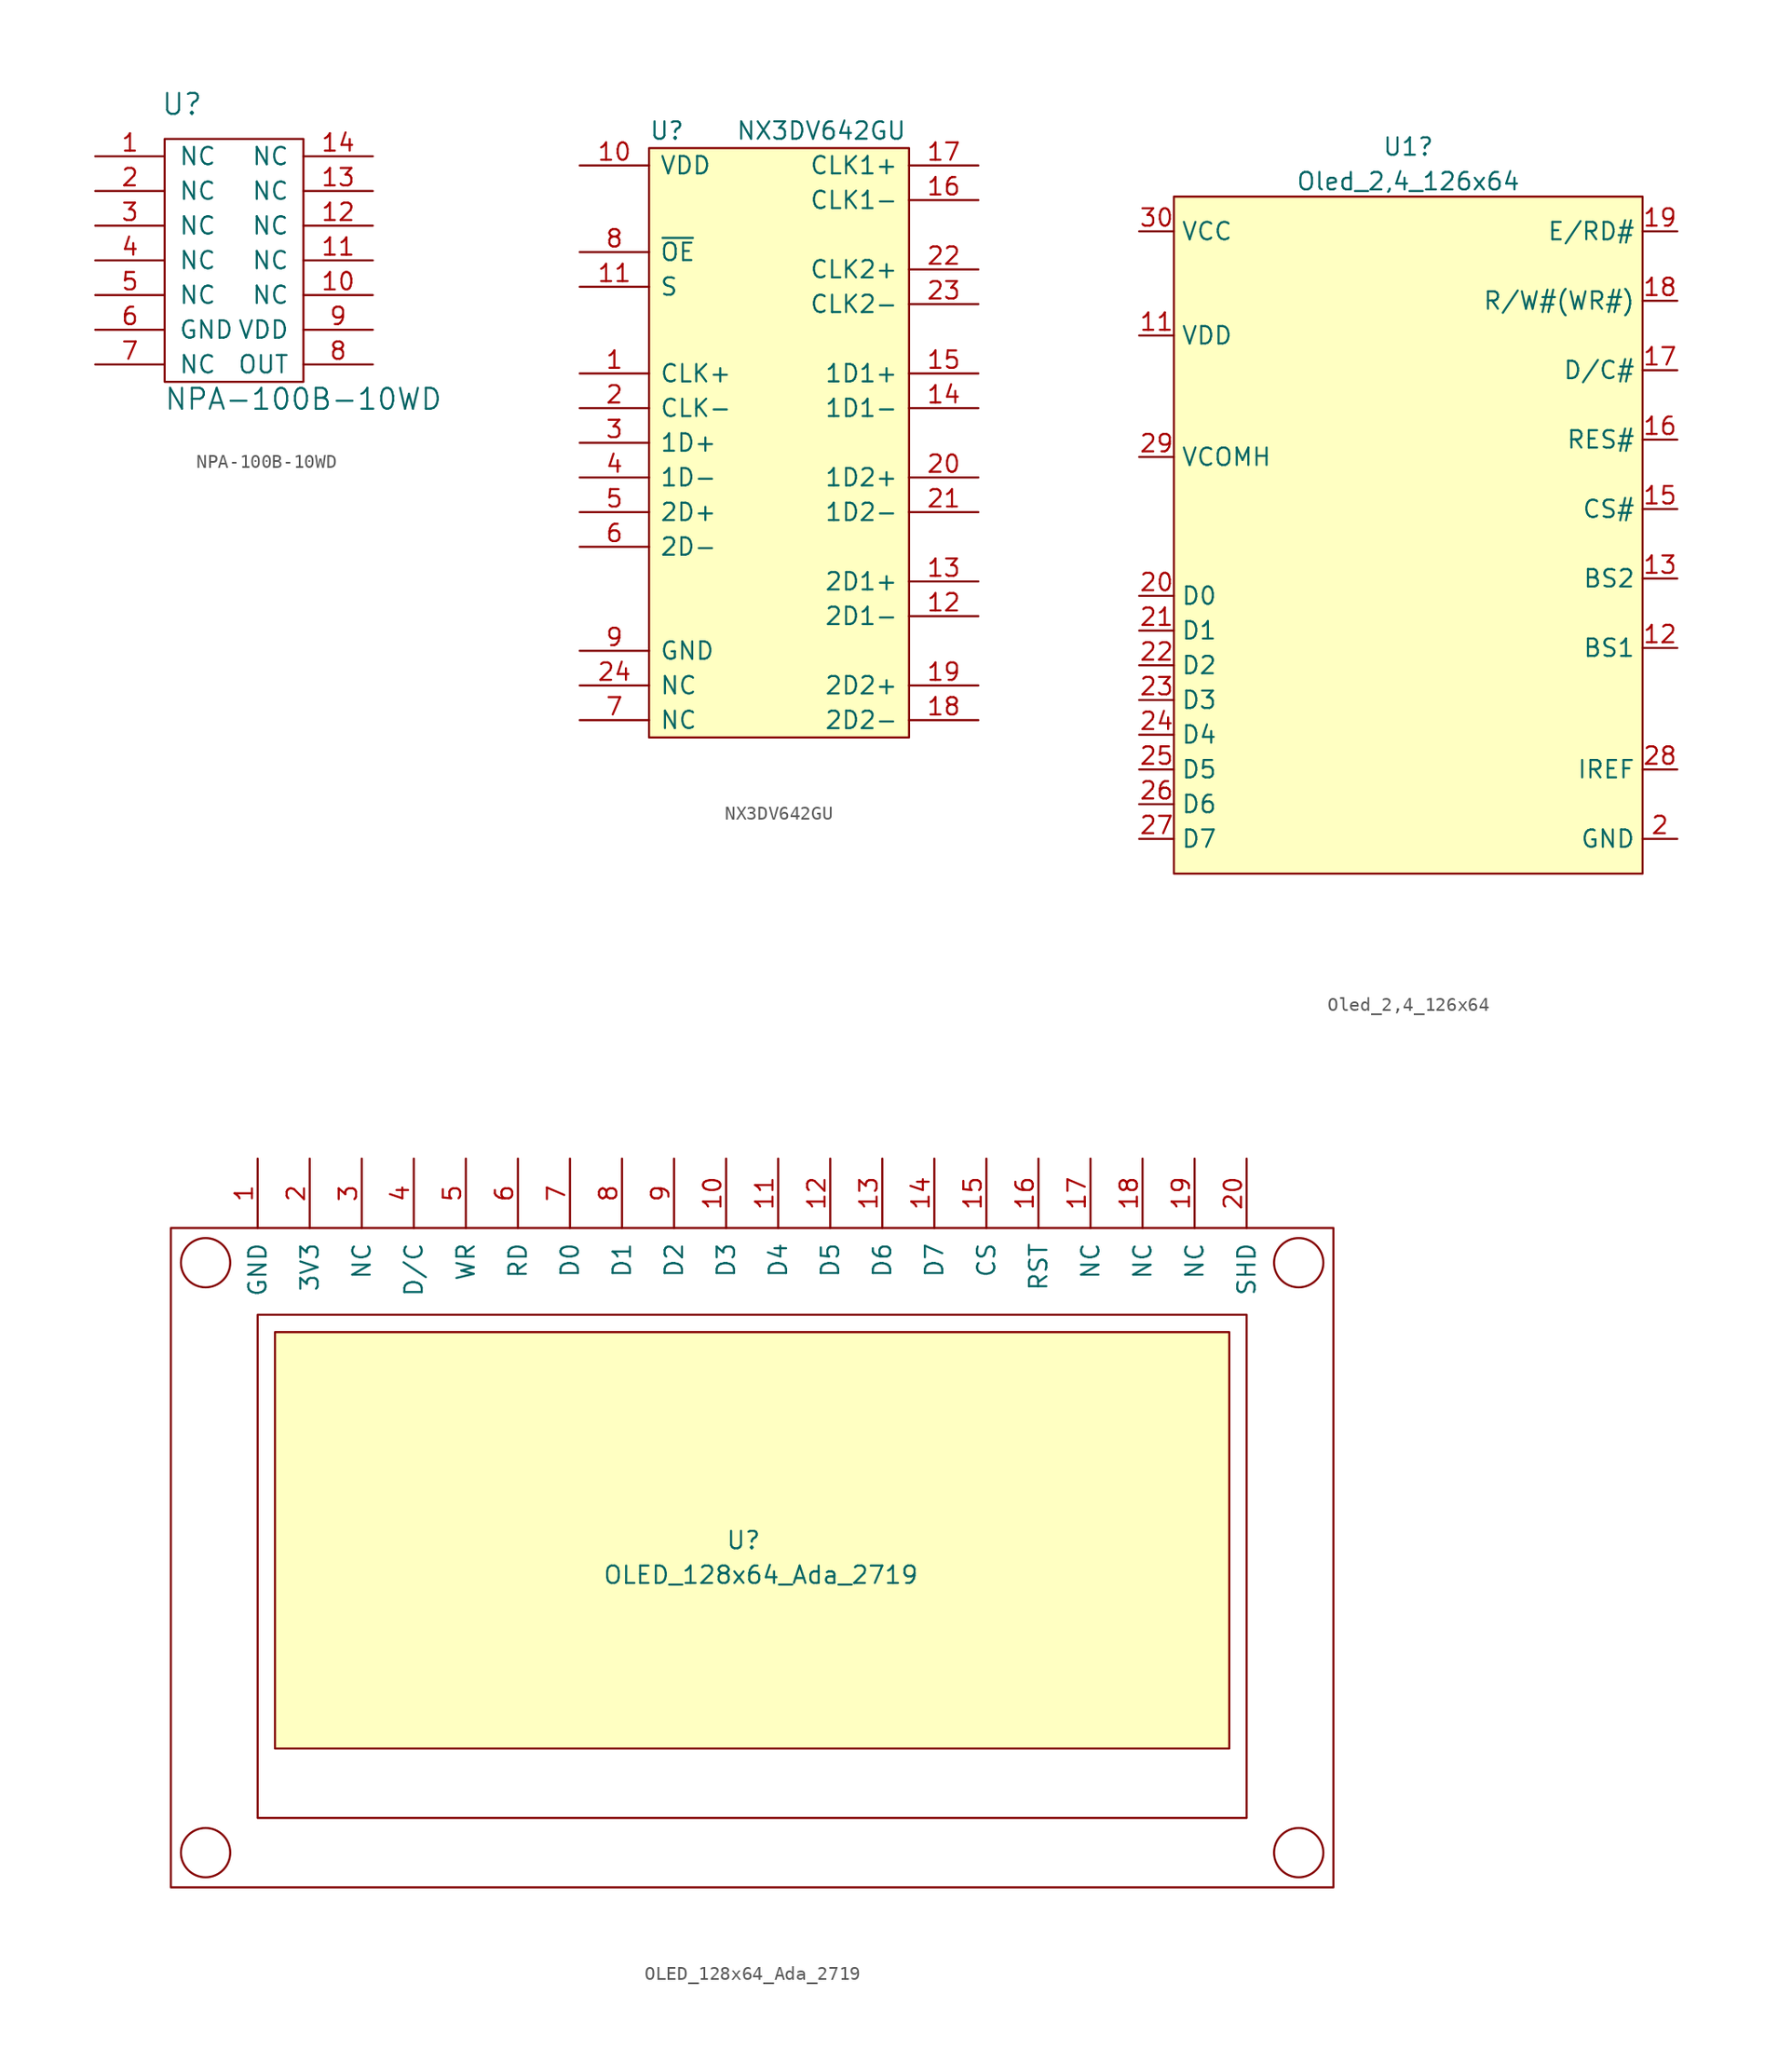
<source format=kicad_sym>
(kicad_symbol_lib
  (version 20211014)
  (generator kicad_symbol_editor)
  (symbol "NPA-100B-10WD"
    (pin_names
      (offset 1.016))
    (property "Reference" "U"
      (at -3.81 20.32 0)
      (effects (font (size 1.524 1.524))))
    (property "Value" "NPA-100B-10WD"
      (at 5.08 -1.27 0)
      (effects (font (size 1.524 1.524))))
    (symbol "NPA-100B-10WD_0_1"
      (rectangle (start -5.08 17.78) (end 5.08 0) (stroke (width 0) (type default) (color 0 0 0 0)) (fill (type none))))
    (symbol "NPA-100B-10WD_1_1"
      (pin input line (at -10.16 16.51 0) (length 5.08) (name "NC" (effects (font (size 1.27 1.27)))) (number "1" (effects (font (size 1.27 1.27)))))
      (pin input line (at 10.16 6.35 180) (length 5.08) (name "NC" (effects (font (size 1.27 1.27)))) (number "10" (effects (font (size 1.27 1.27)))))
      (pin input line (at 10.16 8.89 180) (length 5.08) (name "NC" (effects (font (size 1.27 1.27)))) (number "11" (effects (font (size 1.27 1.27)))))
      (pin input line (at 10.16 11.43 180) (length 5.08) (name "NC" (effects (font (size 1.27 1.27)))) (number "12" (effects (font (size 1.27 1.27)))))
      (pin input line (at 10.16 13.97 180) (length 5.08) (name "NC" (effects (font (size 1.27 1.27)))) (number "13" (effects (font (size 1.27 1.27)))))
      (pin input line (at 10.16 16.51 180) (length 5.08) (name "NC" (effects (font (size 1.27 1.27)))) (number "14" (effects (font (size 1.27 1.27)))))
      (pin input line (at -10.16 13.97 0) (length 5.08) (name "NC" (effects (font (size 1.27 1.27)))) (number "2" (effects (font (size 1.27 1.27)))))
      (pin input line (at -10.16 11.43 0) (length 5.08) (name "NC" (effects (font (size 1.27 1.27)))) (number "3" (effects (font (size 1.27 1.27)))))
      (pin input line (at -10.16 8.89 0) (length 5.08) (name "NC" (effects (font (size 1.27 1.27)))) (number "4" (effects (font (size 1.27 1.27)))))
      (pin input line (at -10.16 6.35 0) (length 5.08) (name "NC" (effects (font (size 1.27 1.27)))) (number "5" (effects (font (size 1.27 1.27)))))
      (pin input line (at -10.16 3.81 0) (length 5.08) (name "GND" (effects (font (size 1.27 1.27)))) (number "6" (effects (font (size 1.27 1.27)))))
      (pin input line (at -10.16 1.27 0) (length 5.08) (name "NC" (effects (font (size 1.27 1.27)))) (number "7" (effects (font (size 1.27 1.27)))))
      (pin input line (at 10.16 1.27 180) (length 5.08) (name "OUT" (effects (font (size 1.27 1.27)))) (number "8" (effects (font (size 1.27 1.27)))))
      (pin input line (at 10.16 3.81 180) (length 5.08) (name "VDD" (effects (font (size 1.27 1.27)))) (number "9" (effects (font (size 1.27 1.27)))))))
  (symbol "NX3DV642GU"
    (pin_names
      (offset 0.762))
    (property "Reference" "U"
      (at 5.08 2.54 0)
      (effects (font (size 1.27 1.27)) (justify left)))
    (property "Value" "NX3DV642GU"
      (at 11.43 2.54 0)
      (effects (font (size 1.27 1.27)) (justify left)))
    (symbol "NX3DV642GU_0_0"
      (pin passive line (at 0 -15.24 0) (length 5.08) (name "CLK+" (effects (font (size 1.27 1.27)))) (number "1" (effects (font (size 1.27 1.27)))))
      (pin passive line (at 0 0 0) (length 5.08) (name "VDD" (effects (font (size 1.27 1.27)))) (number "10" (effects (font (size 1.27 1.27)))))
      (pin passive line (at 0 -8.89 0) (length 5.08) (name "S" (effects (font (size 1.27 1.27)))) (number "11" (effects (font (size 1.27 1.27)))))
      (pin passive line (at 29.21 -33.02 180) (length 5.08) (name "2D1-" (effects (font (size 1.27 1.27)))) (number "12" (effects (font (size 1.27 1.27)))))
      (pin passive line (at 29.21 -30.48 180) (length 5.08) (name "2D1+" (effects (font (size 1.27 1.27)))) (number "13" (effects (font (size 1.27 1.27)))))
      (pin passive line (at 29.21 -17.78 180) (length 5.08) (name "1D1-" (effects (font (size 1.27 1.27)))) (number "14" (effects (font (size 1.27 1.27)))))
      (pin passive line (at 29.21 -15.24 180) (length 5.08) (name "1D1+" (effects (font (size 1.27 1.27)))) (number "15" (effects (font (size 1.27 1.27)))))
      (pin passive line (at 29.21 -2.54 180) (length 5.08) (name "CLK1-" (effects (font (size 1.27 1.27)))) (number "16" (effects (font (size 1.27 1.27)))))
      (pin passive line (at 29.21 0 180) (length 5.08) (name "CLK1+" (effects (font (size 1.27 1.27)))) (number "17" (effects (font (size 1.27 1.27)))))
      (pin passive line (at 29.21 -40.64 180) (length 5.08) (name "2D2-" (effects (font (size 1.27 1.27)))) (number "18" (effects (font (size 1.27 1.27)))))
      (pin passive line (at 29.21 -38.1 180) (length 5.08) (name "2D2+" (effects (font (size 1.27 1.27)))) (number "19" (effects (font (size 1.27 1.27)))))
      (pin passive line (at 0 -17.78 0) (length 5.08) (name "CLK-" (effects (font (size 1.27 1.27)))) (number "2" (effects (font (size 1.27 1.27)))))
      (pin passive line (at 29.21 -22.86 180) (length 5.08) (name "1D2+" (effects (font (size 1.27 1.27)))) (number "20" (effects (font (size 1.27 1.27)))))
      (pin passive line (at 29.21 -25.4 180) (length 5.08) (name "1D2-" (effects (font (size 1.27 1.27)))) (number "21" (effects (font (size 1.27 1.27)))))
      (pin passive line (at 29.21 -7.62 180) (length 5.08) (name "CLK2+" (effects (font (size 1.27 1.27)))) (number "22" (effects (font (size 1.27 1.27)))))
      (pin passive line (at 29.21 -10.16 180) (length 5.08) (name "CLK2-" (effects (font (size 1.27 1.27)))) (number "23" (effects (font (size 1.27 1.27)))))
      (pin passive line (at 0 -38.1 0) (length 5.08) (name "NC" (effects (font (size 1.27 1.27)))) (number "24" (effects (font (size 1.27 1.27)))))
      (pin passive line (at 0 -20.32 0) (length 5.08) (name "1D+" (effects (font (size 1.27 1.27)))) (number "3" (effects (font (size 1.27 1.27)))))
      (pin passive line (at 0 -22.86 0) (length 5.08) (name "1D-" (effects (font (size 1.27 1.27)))) (number "4" (effects (font (size 1.27 1.27)))))
      (pin passive line (at 0 -25.4 0) (length 5.08) (name "2D+" (effects (font (size 1.27 1.27)))) (number "5" (effects (font (size 1.27 1.27)))))
      (pin passive line (at 0 -27.94 0) (length 5.08) (name "2D-" (effects (font (size 1.27 1.27)))) (number "6" (effects (font (size 1.27 1.27)))))
      (pin passive line (at 0 -40.64 0) (length 5.08) (name "NC" (effects (font (size 1.27 1.27)))) (number "7" (effects (font (size 1.27 1.27)))))
      (pin passive line (at 0 -6.35 0) (length 5.08) (name "~{OE}" (effects (font (size 1.27 1.27)))) (number "8" (effects (font (size 1.27 1.27)))))
      (pin passive line (at 0 -35.56 0) (length 5.08) (name "GND" (effects (font (size 1.27 1.27)))) (number "9" (effects (font (size 1.27 1.27))))))
    (symbol "NX3DV642GU_0_1"
      (rectangle (start 5.08 1.27) (end 24.13 -41.91) (stroke (width 0.152) (type default) (color 0 0 0 0)) (fill (type background)))))
  (symbol "Oled_2,4_126x64"
    (property "Reference" "U1"
      (at 19.685 6.189 0)
      (effects (font (size 1.27 1.27))))
    (property "Value" "Oled_2,4_126x64"
      (at 19.685 3.652 0)
      (effects (font (size 1.27 1.27))))
    (symbol "Oled_2,4_126x64_0_1"
      (rectangle (start 2.54 2.54) (end 36.83 -46.99) (stroke (width 0.152) (type default) (color 0 0 0 0)) (fill (type background))))
    (symbol "Oled_2,4_126x64_1_1"
      (pin input line (at 32.385 -49.53 90) (length 2.54) hide (name "NC" (effects (font (size 1.27 1.27)))) (number "1" (effects (font (size 1.27 1.27)))))
      (pin input line (at 12.065 -49.53 90) (length 2.54) hide (name "NC" (effects (font (size 1.27 1.27)))) (number "10" (effects (font (size 1.27 1.27)))))
      (pin input line (at 0 -7.62 0) (length 2.54) (name "VDD" (effects (font (size 1.27 1.27)))) (number "11" (effects (font (size 1.27 1.27)))))
      (pin input line (at 39.37 -30.48 180) (length 2.54) (name "BS1" (effects (font (size 1.27 1.27)))) (number "12" (effects (font (size 1.27 1.27)))))
      (pin input line (at 39.37 -25.4 180) (length 2.54) (name "BS2" (effects (font (size 1.27 1.27)))) (number "13" (effects (font (size 1.27 1.27)))))
      (pin input line (at 9.525 -49.53 90) (length 2.54) hide (name "NC" (effects (font (size 1.27 1.27)))) (number "14" (effects (font (size 1.27 1.27)))))
      (pin input line (at 39.37 -20.32 180) (length 2.54) (name "CS#" (effects (font (size 1.27 1.27)))) (number "15" (effects (font (size 1.27 1.27)))))
      (pin input line (at 39.37 -15.24 180) (length 2.54) (name "RES#" (effects (font (size 1.27 1.27)))) (number "16" (effects (font (size 1.27 1.27)))))
      (pin input line (at 39.37 -10.16 180) (length 2.54) (name "D/C#" (effects (font (size 1.27 1.27)))) (number "17" (effects (font (size 1.27 1.27)))))
      (pin input line (at 39.37 -5.08 180) (length 2.54) (name "R/W#(WR#)" (effects (font (size 1.27 1.27)))) (number "18" (effects (font (size 1.27 1.27)))))
      (pin input line (at 39.37 0 180) (length 2.54) (name "E/RD#" (effects (font (size 1.27 1.27)))) (number "19" (effects (font (size 1.27 1.27)))))
      (pin input line (at 39.37 -44.45 180) (length 2.54) (name "GND" (effects (font (size 1.27 1.27)))) (number "2" (effects (font (size 1.27 1.27)))))
      (pin input line (at 0 -26.67 0) (length 2.54) (name "D0" (effects (font (size 1.27 1.27)))) (number "20" (effects (font (size 1.27 1.27)))))
      (pin input line (at 0 -29.21 0) (length 2.54) (name "D1" (effects (font (size 1.27 1.27)))) (number "21" (effects (font (size 1.27 1.27)))))
      (pin input line (at 0 -31.75 0) (length 2.54) (name "D2" (effects (font (size 1.27 1.27)))) (number "22" (effects (font (size 1.27 1.27)))))
      (pin input line (at 0 -34.29 0) (length 2.54) (name "D3" (effects (font (size 1.27 1.27)))) (number "23" (effects (font (size 1.27 1.27)))))
      (pin input line (at 0 -36.83 0) (length 2.54) (name "D4" (effects (font (size 1.27 1.27)))) (number "24" (effects (font (size 1.27 1.27)))))
      (pin input line (at 0 -39.37 0) (length 2.54) (name "D5" (effects (font (size 1.27 1.27)))) (number "25" (effects (font (size 1.27 1.27)))))
      (pin input line (at 0 -41.91 0) (length 2.54) (name "D6" (effects (font (size 1.27 1.27)))) (number "26" (effects (font (size 1.27 1.27)))))
      (pin input line (at 0 -44.45 0) (length 2.54) (name "D7" (effects (font (size 1.27 1.27)))) (number "27" (effects (font (size 1.27 1.27)))))
      (pin input line (at 39.37 -39.37 180) (length 2.54) (name "IREF" (effects (font (size 1.27 1.27)))) (number "28" (effects (font (size 1.27 1.27)))))
      (pin input line (at 0 -16.51 0) (length 2.54) (name "VCOMH" (effects (font (size 1.27 1.27)))) (number "29" (effects (font (size 1.27 1.27)))))
      (pin input line (at 29.845 -49.53 90) (length 2.54) hide (name "NC" (effects (font (size 1.27 1.27)))) (number "3" (effects (font (size 1.27 1.27)))))
      (pin input line (at 0 0 0) (length 2.54) (name "VCC" (effects (font (size 1.27 1.27)))) (number "30" (effects (font (size 1.27 1.27)))))
      (pin input line (at 6.985 -49.53 90) (length 2.54) hide (name "NC" (effects (font (size 1.27 1.27)))) (number "31" (effects (font (size 1.27 1.27)))))
      (pin input line (at 27.305 -49.53 90) (length 2.54) hide (name "NC" (effects (font (size 1.27 1.27)))) (number "4" (effects (font (size 1.27 1.27)))))
      (pin input line (at 24.765 -49.53 90) (length 2.54) hide (name "NC" (effects (font (size 1.27 1.27)))) (number "5" (effects (font (size 1.27 1.27)))))
      (pin input line (at 22.225 -49.53 90) (length 2.54) hide (name "NC" (effects (font (size 1.27 1.27)))) (number "6" (effects (font (size 1.27 1.27)))))
      (pin input line (at 19.685 -49.53 90) (length 2.54) hide (name "NC" (effects (font (size 1.27 1.27)))) (number "7" (effects (font (size 1.27 1.27)))))
      (pin input line (at 17.145 -49.53 90) (length 2.54) hide (name "NC" (effects (font (size 1.27 1.27)))) (number "8" (effects (font (size 1.27 1.27)))))
      (pin input line (at 14.605 -49.53 90) (length 2.54) hide (name "NC" (effects (font (size 1.27 1.27)))) (number "9" (effects (font (size 1.27 1.27)))))))
  (symbol "OLED_128x64_Ada_2719"
    (pin_names
      (offset 1.016))
    (property "Reference" "U"
      (at -1.27 -1.27 0)
      (effects (font (size 1.27 1.27))))
    (property "Value" "OLED_128x64_Ada_2719"
      (at 0 -3.81 0)
      (effects (font (size 1.27 1.27))))
    (symbol "OLED_128x64_Ada_2719_0_1"
      (rectangle (start -43.18 21.59) (end 41.91 -26.67) (stroke (width 0) (type default) (color 0 0 0 0)) (fill (type none)))
      (circle (center -40.64 -24.13) (radius 1.803) (stroke (width 0) (type default) (color 0 0 0 0)) (fill (type none)))
      (circle (center -40.64 19.05) (radius 1.803) (stroke (width 0) (type default) (color 0 0 0 0)) (fill (type none)))
      (rectangle (start -35.56 13.97) (end 34.29 -16.51) (stroke (width 0) (type default) (color 0 0 0 0)) (fill (type background)))
      (rectangle (start 35.56 15.24) (end -36.83 -21.59) (stroke (width 0) (type default) (color 0 0 0 0)) (fill (type none)))
      (circle (center 39.37 -24.13) (radius 1.803) (stroke (width 0) (type default) (color 0 0 0 0)) (fill (type none)))
      (circle (center 39.37 19.05) (radius 1.803) (stroke (width 0) (type default) (color 0 0 0 0)) (fill (type none))))
    (symbol "OLED_128x64_Ada_2719_1_1"
      (pin input line (at -36.83 26.67 270) (length 5.08) (name "GND" (effects (font (size 1.27 1.27)))) (number "1" (effects (font (size 1.27 1.27)))))
      (pin input line (at -2.54 26.67 270) (length 5.08) (name "D3" (effects (font (size 1.27 1.27)))) (number "10" (effects (font (size 1.27 1.27)))))
      (pin input line (at 1.27 26.67 270) (length 5.08) (name "D4" (effects (font (size 1.27 1.27)))) (number "11" (effects (font (size 1.27 1.27)))))
      (pin input line (at 5.08 26.67 270) (length 5.08) (name "D5" (effects (font (size 1.27 1.27)))) (number "12" (effects (font (size 1.27 1.27)))))
      (pin input line (at 8.89 26.67 270) (length 5.08) (name "D6" (effects (font (size 1.27 1.27)))) (number "13" (effects (font (size 1.27 1.27)))))
      (pin input line (at 12.7 26.67 270) (length 5.08) (name "D7" (effects (font (size 1.27 1.27)))) (number "14" (effects (font (size 1.27 1.27)))))
      (pin input line (at 16.51 26.67 270) (length 5.08) (name "CS" (effects (font (size 1.27 1.27)))) (number "15" (effects (font (size 1.27 1.27)))))
      (pin input line (at 20.32 26.67 270) (length 5.08) (name "RST" (effects (font (size 1.27 1.27)))) (number "16" (effects (font (size 1.27 1.27)))))
      (pin input line (at 24.13 26.67 270) (length 5.08) (name "NC" (effects (font (size 1.27 1.27)))) (number "17" (effects (font (size 1.27 1.27)))))
      (pin input line (at 27.94 26.67 270) (length 5.08) (name "NC" (effects (font (size 1.27 1.27)))) (number "18" (effects (font (size 1.27 1.27)))))
      (pin input line (at 31.75 26.67 270) (length 5.08) (name "NC" (effects (font (size 1.27 1.27)))) (number "19" (effects (font (size 1.27 1.27)))))
      (pin input line (at -33.02 26.67 270) (length 5.08) (name "3V3" (effects (font (size 1.27 1.27)))) (number "2" (effects (font (size 1.27 1.27)))))
      (pin input line (at 35.56 26.67 270) (length 5.08) (name "SHD" (effects (font (size 1.27 1.27)))) (number "20" (effects (font (size 1.27 1.27)))))
      (pin input line (at -29.21 26.67 270) (length 5.08) (name "NC" (effects (font (size 1.27 1.27)))) (number "3" (effects (font (size 1.27 1.27)))))
      (pin input line (at -25.4 26.67 270) (length 5.08) (name "D/C" (effects (font (size 1.27 1.27)))) (number "4" (effects (font (size 1.27 1.27)))))
      (pin input line (at -21.59 26.67 270) (length 5.08) (name "WR" (effects (font (size 1.27 1.27)))) (number "5" (effects (font (size 1.27 1.27)))))
      (pin input line (at -17.78 26.67 270) (length 5.08) (name "RD" (effects (font (size 1.27 1.27)))) (number "6" (effects (font (size 1.27 1.27)))))
      (pin input line (at -13.97 26.67 270) (length 5.08) (name "D0" (effects (font (size 1.27 1.27)))) (number "7" (effects (font (size 1.27 1.27)))))
      (pin input line (at -10.16 26.67 270) (length 5.08) (name "D1" (effects (font (size 1.27 1.27)))) (number "8" (effects (font (size 1.27 1.27)))))
      (pin input line (at -6.35 26.67 270) (length 5.08) (name "D2" (effects (font (size 1.27 1.27)))) (number "9" (effects (font (size 1.27 1.27))))))))
</source>
